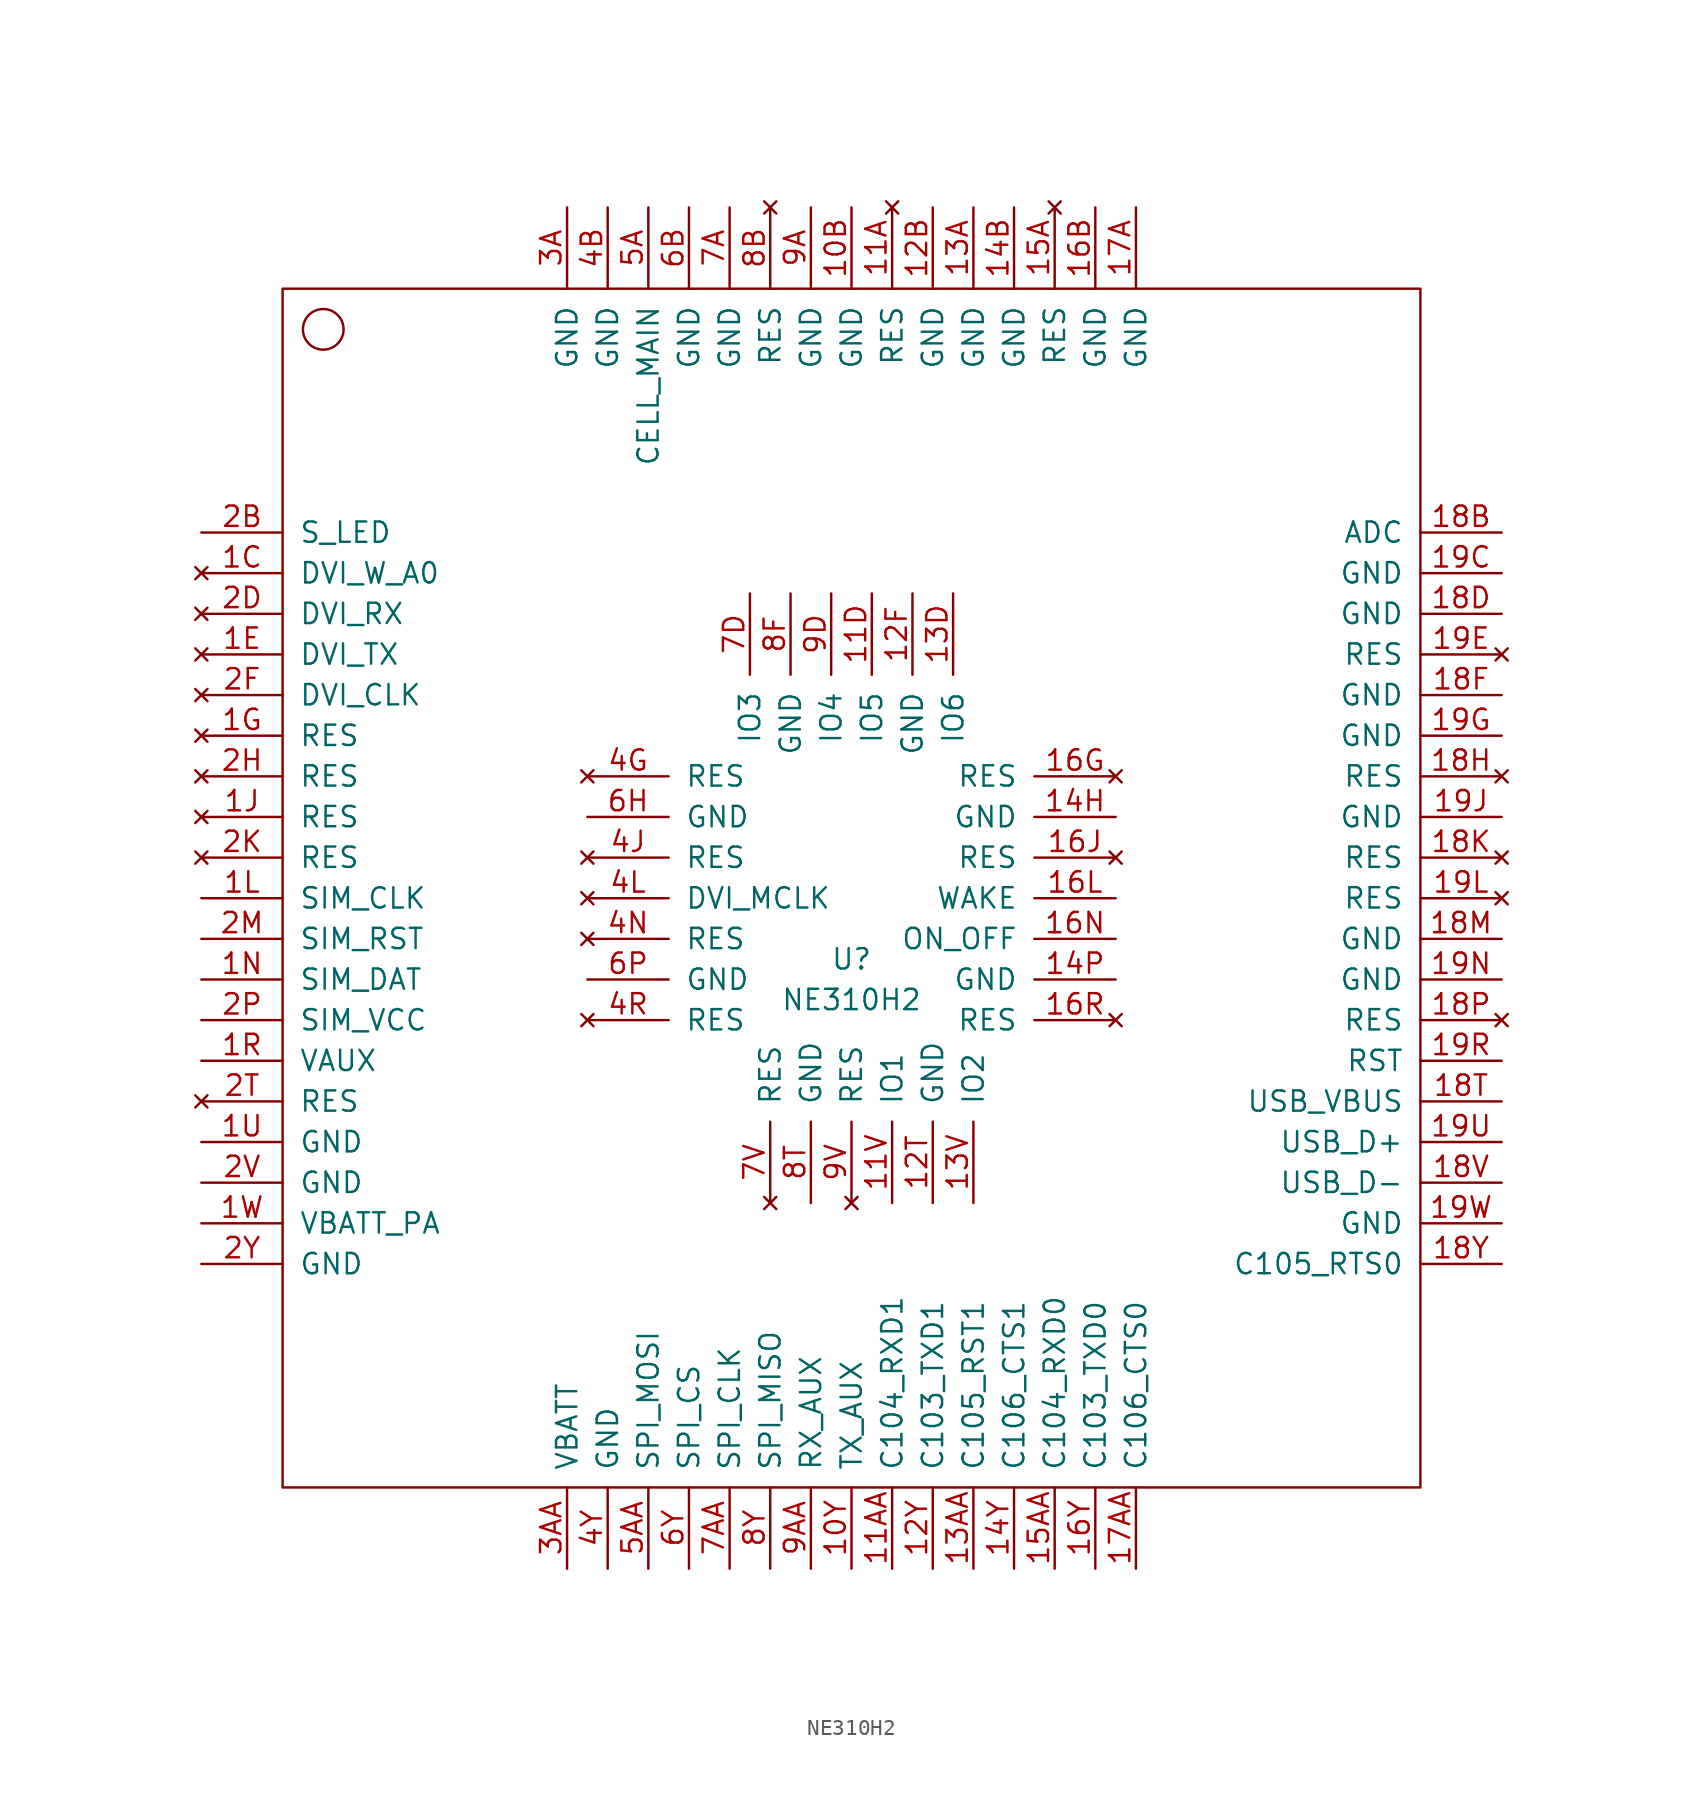
<source format=kicad_sym>
(kicad_symbol_lib
  (version 20211014)
  (generator kicad_symbol_editor)
  (symbol "NE310H2"
    (pin_names
      (offset 1.016))
    (property "Reference" "U"
      (at 0 -3.81 0)
      (effects (font (size 1.27 1.27))))
    (property "Value" "NE310H2"
      (at 0 -6.35 0)
      (effects (font (size 1.27 1.27))))
    (symbol "NE310H2_0_1"
      (rectangle (start -35.56 38.1) (end 35.56 -36.83) (stroke (width 0) (type default) (color 0 0 0 0)) (fill (type none)))
      (circle (center -33.02 35.56) (radius 1.27) (stroke (width 0) (type default) (color 0 0 0 0)) (fill (type none))))
    (symbol "NE310H2_1_1"
      (pin input line (at 0 43.18 270) (length 5.08) (name "GND" (effects (font (size 1.27 1.27)))) (number "10B" (effects (font (size 1.27 1.27)))))
      (pin input line (at 0 -41.91 90) (length 5.08) (name "TX_AUX" (effects (font (size 1.27 1.27)))) (number "10Y" (effects (font (size 1.27 1.27)))))
      (pin no_connect line (at 2.54 43.18 270) (length 5.08) (name "RES" (effects (font (size 1.27 1.27)))) (number "11A" (effects (font (size 1.27 1.27)))))
      (pin input line (at 2.54 -41.91 90) (length 5.08) (name "C104_RXD1" (effects (font (size 1.27 1.27)))) (number "11AA" (effects (font (size 1.27 1.27)))))
      (pin input line (at 1.27 19.05 270) (length 5.08) (name "IO5" (effects (font (size 1.27 1.27)))) (number "11D" (effects (font (size 1.27 1.27)))))
      (pin input line (at 2.54 -19.05 90) (length 5.08) (name "IO1" (effects (font (size 1.27 1.27)))) (number "11V" (effects (font (size 1.27 1.27)))))
      (pin input line (at 5.08 43.18 270) (length 5.08) (name "GND" (effects (font (size 1.27 1.27)))) (number "12B" (effects (font (size 1.27 1.27)))))
      (pin input line (at 3.81 19.05 270) (length 5.08) (name "GND" (effects (font (size 1.27 1.27)))) (number "12F" (effects (font (size 1.27 1.27)))))
      (pin input line (at 5.08 -19.05 90) (length 5.08) (name "GND" (effects (font (size 1.27 1.27)))) (number "12T" (effects (font (size 1.27 1.27)))))
      (pin input line (at 5.08 -41.91 90) (length 5.08) (name "C103_TXD1" (effects (font (size 1.27 1.27)))) (number "12Y" (effects (font (size 1.27 1.27)))))
      (pin input line (at 7.62 43.18 270) (length 5.08) (name "GND" (effects (font (size 1.27 1.27)))) (number "13A" (effects (font (size 1.27 1.27)))))
      (pin input line (at 7.62 -41.91 90) (length 5.08) (name "C105_RST1" (effects (font (size 1.27 1.27)))) (number "13AA" (effects (font (size 1.27 1.27)))))
      (pin input line (at 6.35 19.05 270) (length 5.08) (name "IO6" (effects (font (size 1.27 1.27)))) (number "13D" (effects (font (size 1.27 1.27)))))
      (pin input line (at 7.62 -19.05 90) (length 5.08) (name "IO2" (effects (font (size 1.27 1.27)))) (number "13V" (effects (font (size 1.27 1.27)))))
      (pin input line (at 10.16 43.18 270) (length 5.08) (name "GND" (effects (font (size 1.27 1.27)))) (number "14B" (effects (font (size 1.27 1.27)))))
      (pin input line (at 16.51 5.08 180) (length 5.08) (name "GND" (effects (font (size 1.27 1.27)))) (number "14H" (effects (font (size 1.27 1.27)))))
      (pin input line (at 16.51 -5.08 180) (length 5.08) (name "GND" (effects (font (size 1.27 1.27)))) (number "14P" (effects (font (size 1.27 1.27)))))
      (pin input line (at 10.16 -41.91 90) (length 5.08) (name "C106_CTS1" (effects (font (size 1.27 1.27)))) (number "14Y" (effects (font (size 1.27 1.27)))))
      (pin no_connect line (at 12.7 43.18 270) (length 5.08) (name "RES" (effects (font (size 1.27 1.27)))) (number "15A" (effects (font (size 1.27 1.27)))))
      (pin input line (at 12.7 -41.91 90) (length 5.08) (name "C104_RXD0" (effects (font (size 1.27 1.27)))) (number "15AA" (effects (font (size 1.27 1.27)))))
      (pin input line (at 15.24 43.18 270) (length 5.08) (name "GND" (effects (font (size 1.27 1.27)))) (number "16B" (effects (font (size 1.27 1.27)))))
      (pin no_connect line (at 16.51 7.62 180) (length 5.08) (name "RES" (effects (font (size 1.27 1.27)))) (number "16G" (effects (font (size 1.27 1.27)))))
      (pin no_connect line (at 16.51 2.54 180) (length 5.08) (name "RES" (effects (font (size 1.27 1.27)))) (number "16J" (effects (font (size 1.27 1.27)))))
      (pin input line (at 16.51 0 180) (length 5.08) (name "WAKE" (effects (font (size 1.27 1.27)))) (number "16L" (effects (font (size 1.27 1.27)))))
      (pin input line (at 16.51 -2.54 180) (length 5.08) (name "ON_OFF" (effects (font (size 1.27 1.27)))) (number "16N" (effects (font (size 1.27 1.27)))))
      (pin no_connect line (at 16.51 -7.62 180) (length 5.08) (name "RES" (effects (font (size 1.27 1.27)))) (number "16R" (effects (font (size 1.27 1.27)))))
      (pin input line (at 15.24 -41.91 90) (length 5.08) (name "C103_TXD0" (effects (font (size 1.27 1.27)))) (number "16Y" (effects (font (size 1.27 1.27)))))
      (pin input line (at 17.78 43.18 270) (length 5.08) (name "GND" (effects (font (size 1.27 1.27)))) (number "17A" (effects (font (size 1.27 1.27)))))
      (pin input line (at 17.78 -41.91 90) (length 5.08) (name "C106_CTS0" (effects (font (size 1.27 1.27)))) (number "17AA" (effects (font (size 1.27 1.27)))))
      (pin input line (at 40.64 22.86 180) (length 5.08) (name "ADC" (effects (font (size 1.27 1.27)))) (number "18B" (effects (font (size 1.27 1.27)))))
      (pin input line (at 40.64 17.78 180) (length 5.08) (name "GND" (effects (font (size 1.27 1.27)))) (number "18D" (effects (font (size 1.27 1.27)))))
      (pin input line (at 40.64 12.7 180) (length 5.08) (name "GND" (effects (font (size 1.27 1.27)))) (number "18F" (effects (font (size 1.27 1.27)))))
      (pin no_connect line (at 40.64 7.62 180) (length 5.08) (name "RES" (effects (font (size 1.27 1.27)))) (number "18H" (effects (font (size 1.27 1.27)))))
      (pin no_connect line (at 40.64 2.54 180) (length 5.08) (name "RES" (effects (font (size 1.27 1.27)))) (number "18K" (effects (font (size 1.27 1.27)))))
      (pin input line (at 40.64 -2.54 180) (length 5.08) (name "GND" (effects (font (size 1.27 1.27)))) (number "18M" (effects (font (size 1.27 1.27)))))
      (pin no_connect line (at 40.64 -7.62 180) (length 5.08) (name "RES" (effects (font (size 1.27 1.27)))) (number "18P" (effects (font (size 1.27 1.27)))))
      (pin input line (at 40.64 -12.7 180) (length 5.08) (name "USB_VBUS" (effects (font (size 1.27 1.27)))) (number "18T" (effects (font (size 1.27 1.27)))))
      (pin input line (at 40.64 -17.78 180) (length 5.08) (name "USB_D-" (effects (font (size 1.27 1.27)))) (number "18V" (effects (font (size 1.27 1.27)))))
      (pin input line (at 40.64 -22.86 180) (length 5.08) (name "C105_RTS0" (effects (font (size 1.27 1.27)))) (number "18Y" (effects (font (size 1.27 1.27)))))
      (pin input line (at 40.64 20.32 180) (length 5.08) (name "GND" (effects (font (size 1.27 1.27)))) (number "19C" (effects (font (size 1.27 1.27)))))
      (pin no_connect line (at 40.64 15.24 180) (length 5.08) (name "RES" (effects (font (size 1.27 1.27)))) (number "19E" (effects (font (size 1.27 1.27)))))
      (pin input line (at 40.64 10.16 180) (length 5.08) (name "GND" (effects (font (size 1.27 1.27)))) (number "19G" (effects (font (size 1.27 1.27)))))
      (pin input line (at 40.64 5.08 180) (length 5.08) (name "GND" (effects (font (size 1.27 1.27)))) (number "19J" (effects (font (size 1.27 1.27)))))
      (pin no_connect line (at 40.64 0 180) (length 5.08) (name "RES" (effects (font (size 1.27 1.27)))) (number "19L" (effects (font (size 1.27 1.27)))))
      (pin input line (at 40.64 -5.08 180) (length 5.08) (name "GND" (effects (font (size 1.27 1.27)))) (number "19N" (effects (font (size 1.27 1.27)))))
      (pin input line (at 40.64 -10.16 180) (length 5.08) (name "RST" (effects (font (size 1.27 1.27)))) (number "19R" (effects (font (size 1.27 1.27)))))
      (pin input line (at 40.64 -15.24 180) (length 5.08) (name "USB_D+" (effects (font (size 1.27 1.27)))) (number "19U" (effects (font (size 1.27 1.27)))))
      (pin input line (at 40.64 -20.32 180) (length 5.08) (name "GND" (effects (font (size 1.27 1.27)))) (number "19W" (effects (font (size 1.27 1.27)))))
      (pin no_connect line (at -40.64 20.32 0) (length 5.08) (name "DVI_W_A0" (effects (font (size 1.27 1.27)))) (number "1C" (effects (font (size 1.27 1.27)))))
      (pin no_connect line (at -40.64 15.24 0) (length 5.08) (name "DVI_TX" (effects (font (size 1.27 1.27)))) (number "1E" (effects (font (size 1.27 1.27)))))
      (pin no_connect line (at -40.64 10.16 0) (length 5.08) (name "RES" (effects (font (size 1.27 1.27)))) (number "1G" (effects (font (size 1.27 1.27)))))
      (pin no_connect line (at -40.64 5.08 0) (length 5.08) (name "RES" (effects (font (size 1.27 1.27)))) (number "1J" (effects (font (size 1.27 1.27)))))
      (pin input line (at -40.64 0 0) (length 5.08) (name "SIM_CLK" (effects (font (size 1.27 1.27)))) (number "1L" (effects (font (size 1.27 1.27)))))
      (pin input line (at -40.64 -5.08 0) (length 5.08) (name "SIM_DAT" (effects (font (size 1.27 1.27)))) (number "1N" (effects (font (size 1.27 1.27)))))
      (pin input line (at -40.64 -10.16 0) (length 5.08) (name "VAUX" (effects (font (size 1.27 1.27)))) (number "1R" (effects (font (size 1.27 1.27)))))
      (pin input line (at -40.64 -15.24 0) (length 5.08) (name "GND" (effects (font (size 1.27 1.27)))) (number "1U" (effects (font (size 1.27 1.27)))))
      (pin input line (at -40.64 -20.32 0) (length 5.08) (name "VBATT_PA" (effects (font (size 1.27 1.27)))) (number "1W" (effects (font (size 1.27 1.27)))))
      (pin input line (at -40.64 22.86 0) (length 5.08) (name "S_LED" (effects (font (size 1.27 1.27)))) (number "2B" (effects (font (size 1.27 1.27)))))
      (pin no_connect line (at -40.64 17.78 0) (length 5.08) (name "DVI_RX" (effects (font (size 1.27 1.27)))) (number "2D" (effects (font (size 1.27 1.27)))))
      (pin no_connect line (at -40.64 12.7 0) (length 5.08) (name "DVI_CLK" (effects (font (size 1.27 1.27)))) (number "2F" (effects (font (size 1.27 1.27)))))
      (pin no_connect line (at -40.64 7.62 0) (length 5.08) (name "RES" (effects (font (size 1.27 1.27)))) (number "2H" (effects (font (size 1.27 1.27)))))
      (pin no_connect line (at -40.64 2.54 0) (length 5.08) (name "RES" (effects (font (size 1.27 1.27)))) (number "2K" (effects (font (size 1.27 1.27)))))
      (pin input line (at -40.64 -2.54 0) (length 5.08) (name "SIM_RST" (effects (font (size 1.27 1.27)))) (number "2M" (effects (font (size 1.27 1.27)))))
      (pin input line (at -40.64 -7.62 0) (length 5.08) (name "SIM_VCC" (effects (font (size 1.27 1.27)))) (number "2P" (effects (font (size 1.27 1.27)))))
      (pin no_connect line (at -40.64 -12.7 0) (length 5.08) (name "RES" (effects (font (size 1.27 1.27)))) (number "2T" (effects (font (size 1.27 1.27)))))
      (pin input line (at -40.64 -17.78 0) (length 5.08) (name "GND" (effects (font (size 1.27 1.27)))) (number "2V" (effects (font (size 1.27 1.27)))))
      (pin input line (at -40.64 -22.86 0) (length 5.08) (name "GND" (effects (font (size 1.27 1.27)))) (number "2Y" (effects (font (size 1.27 1.27)))))
      (pin input line (at -17.78 43.18 270) (length 5.08) (name "GND" (effects (font (size 1.27 1.27)))) (number "3A" (effects (font (size 1.27 1.27)))))
      (pin input line (at -17.78 -41.91 90) (length 5.08) (name "VBATT" (effects (font (size 1.27 1.27)))) (number "3AA" (effects (font (size 1.27 1.27)))))
      (pin input line (at -15.24 43.18 270) (length 5.08) (name "GND" (effects (font (size 1.27 1.27)))) (number "4B" (effects (font (size 1.27 1.27)))))
      (pin no_connect line (at -16.51 7.62 0) (length 5.08) (name "RES" (effects (font (size 1.27 1.27)))) (number "4G" (effects (font (size 1.27 1.27)))))
      (pin no_connect line (at -16.51 2.54 0) (length 5.08) (name "RES" (effects (font (size 1.27 1.27)))) (number "4J" (effects (font (size 1.27 1.27)))))
      (pin no_connect line (at -16.51 0 0) (length 5.08) (name "DVI_MCLK" (effects (font (size 1.27 1.27)))) (number "4L" (effects (font (size 1.27 1.27)))))
      (pin no_connect line (at -16.51 -2.54 0) (length 5.08) (name "RES" (effects (font (size 1.27 1.27)))) (number "4N" (effects (font (size 1.27 1.27)))))
      (pin no_connect line (at -16.51 -7.62 0) (length 5.08) (name "RES" (effects (font (size 1.27 1.27)))) (number "4R" (effects (font (size 1.27 1.27)))))
      (pin input line (at -15.24 -41.91 90) (length 5.08) (name "GND" (effects (font (size 1.27 1.27)))) (number "4Y" (effects (font (size 1.27 1.27)))))
      (pin input line (at -12.7 43.18 270) (length 5.08) (name "CELL_MAIN" (effects (font (size 1.27 1.27)))) (number "5A" (effects (font (size 1.27 1.27)))))
      (pin input line (at -12.7 -41.91 90) (length 5.08) (name "SPI_MOSI" (effects (font (size 1.27 1.27)))) (number "5AA" (effects (font (size 1.27 1.27)))))
      (pin input line (at -10.16 43.18 270) (length 5.08) (name "GND" (effects (font (size 1.27 1.27)))) (number "6B" (effects (font (size 1.27 1.27)))))
      (pin input line (at -16.51 5.08 0) (length 5.08) (name "GND" (effects (font (size 1.27 1.27)))) (number "6H" (effects (font (size 1.27 1.27)))))
      (pin input line (at -16.51 -5.08 0) (length 5.08) (name "GND" (effects (font (size 1.27 1.27)))) (number "6P" (effects (font (size 1.27 1.27)))))
      (pin input line (at -10.16 -41.91 90) (length 5.08) (name "SPI_CS" (effects (font (size 1.27 1.27)))) (number "6Y" (effects (font (size 1.27 1.27)))))
      (pin input line (at -7.62 43.18 270) (length 5.08) (name "GND" (effects (font (size 1.27 1.27)))) (number "7A" (effects (font (size 1.27 1.27)))))
      (pin input line (at -7.62 -41.91 90) (length 5.08) (name "SPI_CLK" (effects (font (size 1.27 1.27)))) (number "7AA" (effects (font (size 1.27 1.27)))))
      (pin input line (at -6.35 19.05 270) (length 5.08) (name "IO3" (effects (font (size 1.27 1.27)))) (number "7D" (effects (font (size 1.27 1.27)))))
      (pin no_connect line (at -5.08 -19.05 90) (length 5.08) (name "RES" (effects (font (size 1.27 1.27)))) (number "7V" (effects (font (size 1.27 1.27)))))
      (pin no_connect line (at -5.08 43.18 270) (length 5.08) (name "RES" (effects (font (size 1.27 1.27)))) (number "8B" (effects (font (size 1.27 1.27)))))
      (pin input line (at -3.81 19.05 270) (length 5.08) (name "GND" (effects (font (size 1.27 1.27)))) (number "8F" (effects (font (size 1.27 1.27)))))
      (pin input line (at -2.54 -19.05 90) (length 5.08) (name "GND" (effects (font (size 1.27 1.27)))) (number "8T" (effects (font (size 1.27 1.27)))))
      (pin input line (at -5.08 -41.91 90) (length 5.08) (name "SPI_MISO" (effects (font (size 1.27 1.27)))) (number "8Y" (effects (font (size 1.27 1.27)))))
      (pin input line (at -2.54 43.18 270) (length 5.08) (name "GND" (effects (font (size 1.27 1.27)))) (number "9A" (effects (font (size 1.27 1.27)))))
      (pin input line (at -2.54 -41.91 90) (length 5.08) (name "RX_AUX" (effects (font (size 1.27 1.27)))) (number "9AA" (effects (font (size 1.27 1.27)))))
      (pin input line (at -1.27 19.05 270) (length 5.08) (name "IO4" (effects (font (size 1.27 1.27)))) (number "9D" (effects (font (size 1.27 1.27)))))
      (pin no_connect line (at 0 -19.05 90) (length 5.08) (name "RES" (effects (font (size 1.27 1.27)))) (number "9V" (effects (font (size 1.27 1.27))))))))
</source>
